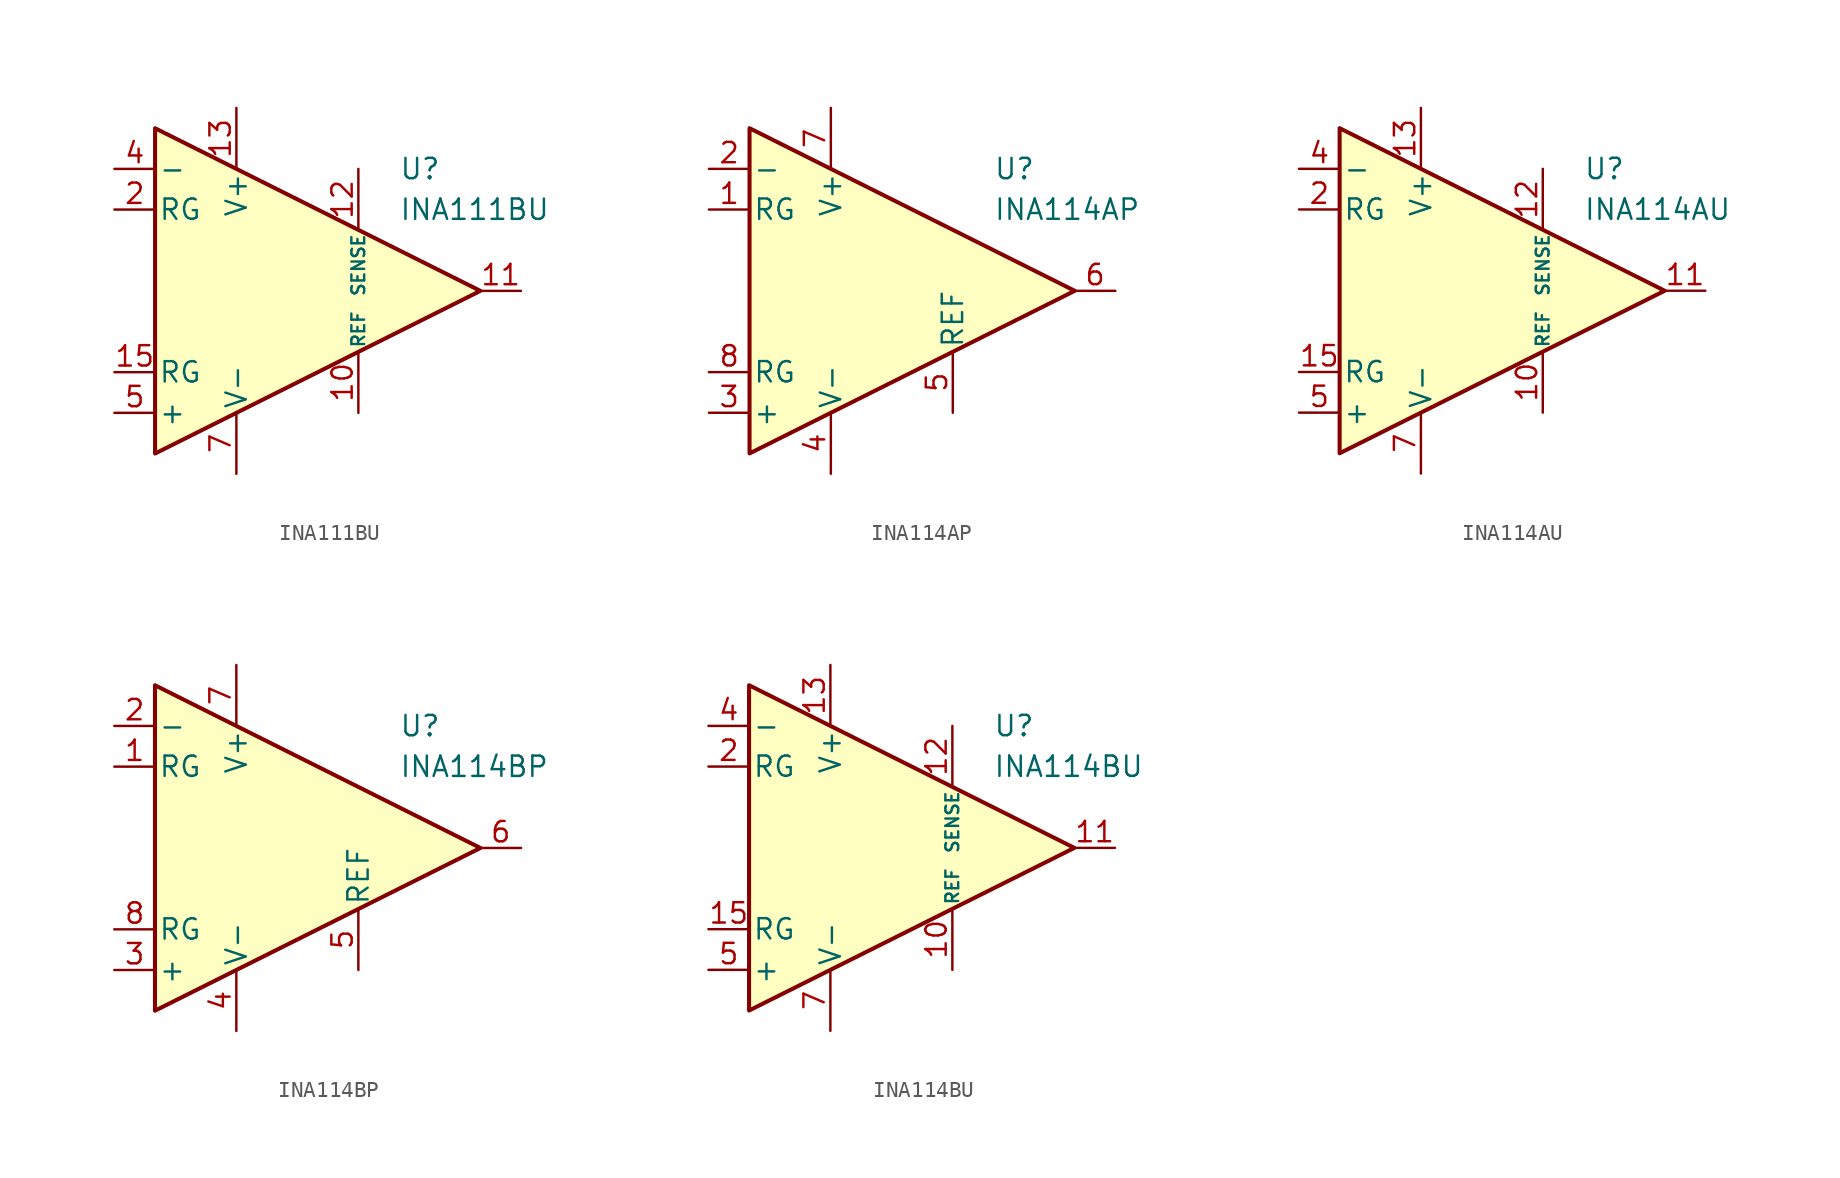
<source format=kicad_sym>
(kicad_symbol_lib
  (version 20231120)
  (generator "kicad_symbol_editor")
  (generator_version "8.0")
  (symbol "INA111BU"
    (pin_names
      (offset 0.2))
    (property "Reference" "U"
      (at 6.35 7.62 0)
      (effects (font (size 1.27 1.27)) (justify left)))
    (property "Value" "INA111BU"
      (at 6.35 5.08 0)
      (effects (font (size 1.27 1.27)) (justify left)))
    (symbol "INA111BU_0_1"
      (polyline (pts (xy -8.89 10.16) (xy -8.89 -10.16) (xy 11.43 0) (xy -8.89 10.16)) (stroke (width 0.254) (type default)) (fill (type background))))
    (symbol "INA111BU_1_1"
      (pin free line (at -6.35 3.81 0) (length 2.54) hide (name "NC" (effects (font (size 1.27 1.27)))) (number "1" (effects (font (size 1.27 1.27)))))
      (pin input line (at 3.81 -7.62 90) (length 3.81) (name "REF" (effects (font (size 0.8 0.8)))) (number "10" (effects (font (size 1.27 1.27)))))
      (pin output line (at 13.97 0 180) (length 2.54) (name "~" (effects (font (size 1.27 1.27)))) (number "11" (effects (font (size 1.27 1.27)))))
      (pin input line (at 3.81 7.62 270) (length 3.81) (name "SENSE" (effects (font (size 0.8 0.8)))) (number "12" (effects (font (size 1.27 1.27)))))
      (pin power_in line (at -3.81 11.43 270) (length 3.81) (name "V+" (effects (font (size 1.27 1.27)))) (number "13" (effects (font (size 1.27 1.27)))))
      (pin free line (at -2.54 0 0) (length 2.54) hide (name "NC" (effects (font (size 1.27 1.27)))) (number "14" (effects (font (size 1.27 1.27)))))
      (pin passive line (at -11.43 -5.08 0) (length 2.54) (name "RG" (effects (font (size 1.27 1.27)))) (number "15" (effects (font (size 1.27 1.27)))))
      (pin free line (at -2.54 -2.54 0) (length 2.54) hide (name "NC" (effects (font (size 1.27 1.27)))) (number "16" (effects (font (size 1.27 1.27)))))
      (pin passive line (at -11.43 5.08 0) (length 2.54) (name "RG" (effects (font (size 1.27 1.27)))) (number "2" (effects (font (size 1.27 1.27)))))
      (pin free line (at -6.35 1.27 0) (length 2.54) hide (name "NC" (effects (font (size 1.27 1.27)))) (number "3" (effects (font (size 1.27 1.27)))))
      (pin input line (at -11.43 7.62 0) (length 2.54) (name "-" (effects (font (size 1.27 1.27)))) (number "4" (effects (font (size 1.27 1.27)))))
      (pin input line (at -11.43 -7.62 0) (length 2.54) (name "+" (effects (font (size 1.27 1.27)))) (number "5" (effects (font (size 1.27 1.27)))))
      (pin free line (at -6.35 -1.27 0) (length 2.54) hide (name "NC" (effects (font (size 1.27 1.27)))) (number "6" (effects (font (size 1.27 1.27)))))
      (pin power_in line (at -3.81 -11.43 90) (length 3.81) (name "V-" (effects (font (size 1.27 1.27)))) (number "7" (effects (font (size 1.27 1.27)))))
      (pin free line (at -6.35 -3.81 0) (length 2.54) hide (name "NC" (effects (font (size 1.27 1.27)))) (number "8" (effects (font (size 1.27 1.27)))))
      (pin free line (at -2.54 2.54 0) (length 2.54) hide (name "NC" (effects (font (size 1.27 1.27)))) (number "9" (effects (font (size 1.27 1.27)))))))
  (symbol "INA114AP"
    (pin_names
      (offset 0.2))
    (property "Reference" "U"
      (at 6.35 7.62 0)
      (effects (font (size 1.27 1.27)) (justify left)))
    (property "Value" "INA114AP"
      (at 6.35 5.08 0)
      (effects (font (size 1.27 1.27)) (justify left)))
    (symbol "INA114AP_0_1"
      (polyline (pts (xy -8.89 10.16) (xy -8.89 -10.16) (xy 11.43 0) (xy -8.89 10.16)) (stroke (width 0.254) (type default)) (fill (type background))))
    (symbol "INA114AP_1_1"
      (pin passive line (at -11.43 5.08 0) (length 2.54) (name "RG" (effects (font (size 1.27 1.27)))) (number "1" (effects (font (size 1.27 1.27)))))
      (pin input line (at -11.43 7.62 0) (length 2.54) (name "-" (effects (font (size 1.27 1.27)))) (number "2" (effects (font (size 1.27 1.27)))))
      (pin input line (at -11.43 -7.62 0) (length 2.54) (name "+" (effects (font (size 1.27 1.27)))) (number "3" (effects (font (size 1.27 1.27)))))
      (pin power_in line (at -3.81 -11.43 90) (length 3.81) (name "V-" (effects (font (size 1.27 1.27)))) (number "4" (effects (font (size 1.27 1.27)))))
      (pin input line (at 3.81 -7.62 90) (length 3.81) (name "REF" (effects (font (size 1.27 1.27)))) (number "5" (effects (font (size 1.27 1.27)))))
      (pin output line (at 13.97 0 180) (length 2.54) (name "~" (effects (font (size 1.27 1.27)))) (number "6" (effects (font (size 1.27 1.27)))))
      (pin power_in line (at -3.81 11.43 270) (length 3.81) (name "V+" (effects (font (size 1.27 1.27)))) (number "7" (effects (font (size 1.27 1.27)))))
      (pin passive line (at -11.43 -5.08 0) (length 2.54) (name "RG" (effects (font (size 1.27 1.27)))) (number "8" (effects (font (size 1.27 1.27)))))))
  (symbol "INA114AU"
    (pin_names
      (offset 0.2))
    (property "Reference" "U"
      (at 6.35 7.62 0)
      (effects (font (size 1.27 1.27)) (justify left)))
    (property "Value" "INA114AU"
      (at 6.35 5.08 0)
      (effects (font (size 1.27 1.27)) (justify left)))
    (symbol "INA114AU_0_1"
      (polyline (pts (xy -8.89 10.16) (xy -8.89 -10.16) (xy 11.43 0) (xy -8.89 10.16)) (stroke (width 0.254) (type default)) (fill (type background))))
    (symbol "INA114AU_1_1"
      (pin free line (at -6.35 3.81 0) (length 2.54) hide (name "NC" (effects (font (size 1.27 1.27)))) (number "1" (effects (font (size 1.27 1.27)))))
      (pin input line (at 3.81 -7.62 90) (length 3.81) (name "REF" (effects (font (size 0.8 0.8)))) (number "10" (effects (font (size 1.27 1.27)))))
      (pin output line (at 13.97 0 180) (length 2.54) (name "~" (effects (font (size 1.27 1.27)))) (number "11" (effects (font (size 1.27 1.27)))))
      (pin input line (at 3.81 7.62 270) (length 3.81) (name "SENSE" (effects (font (size 0.8 0.8)))) (number "12" (effects (font (size 1.27 1.27)))))
      (pin power_in line (at -3.81 11.43 270) (length 3.81) (name "V+" (effects (font (size 1.27 1.27)))) (number "13" (effects (font (size 1.27 1.27)))))
      (pin free line (at -2.54 0 0) (length 2.54) hide (name "NC" (effects (font (size 1.27 1.27)))) (number "14" (effects (font (size 1.27 1.27)))))
      (pin passive line (at -11.43 -5.08 0) (length 2.54) (name "RG" (effects (font (size 1.27 1.27)))) (number "15" (effects (font (size 1.27 1.27)))))
      (pin free line (at -2.54 -2.54 0) (length 2.54) hide (name "NC" (effects (font (size 1.27 1.27)))) (number "16" (effects (font (size 1.27 1.27)))))
      (pin passive line (at -11.43 5.08 0) (length 2.54) (name "RG" (effects (font (size 1.27 1.27)))) (number "2" (effects (font (size 1.27 1.27)))))
      (pin free line (at -6.35 1.27 0) (length 2.54) hide (name "NC" (effects (font (size 1.27 1.27)))) (number "3" (effects (font (size 1.27 1.27)))))
      (pin input line (at -11.43 7.62 0) (length 2.54) (name "-" (effects (font (size 1.27 1.27)))) (number "4" (effects (font (size 1.27 1.27)))))
      (pin input line (at -11.43 -7.62 0) (length 2.54) (name "+" (effects (font (size 1.27 1.27)))) (number "5" (effects (font (size 1.27 1.27)))))
      (pin free line (at -6.35 -1.27 0) (length 2.54) hide (name "NC" (effects (font (size 1.27 1.27)))) (number "6" (effects (font (size 1.27 1.27)))))
      (pin power_in line (at -3.81 -11.43 90) (length 3.81) (name "V-" (effects (font (size 1.27 1.27)))) (number "7" (effects (font (size 1.27 1.27)))))
      (pin free line (at -6.35 -3.81 0) (length 2.54) hide (name "NC" (effects (font (size 1.27 1.27)))) (number "8" (effects (font (size 1.27 1.27)))))
      (pin free line (at -2.54 2.54 0) (length 2.54) hide (name "NC" (effects (font (size 1.27 1.27)))) (number "9" (effects (font (size 1.27 1.27)))))))
  (symbol "INA114BP"
    (pin_names
      (offset 0.2))
    (property "Reference" "U"
      (at 6.35 7.62 0)
      (effects (font (size 1.27 1.27)) (justify left)))
    (property "Value" "INA114BP"
      (at 6.35 5.08 0)
      (effects (font (size 1.27 1.27)) (justify left)))
    (symbol "INA114BP_0_1"
      (polyline (pts (xy -8.89 10.16) (xy -8.89 -10.16) (xy 11.43 0) (xy -8.89 10.16)) (stroke (width 0.254) (type default)) (fill (type background))))
    (symbol "INA114BP_1_1"
      (pin passive line (at -11.43 5.08 0) (length 2.54) (name "RG" (effects (font (size 1.27 1.27)))) (number "1" (effects (font (size 1.27 1.27)))))
      (pin input line (at -11.43 7.62 0) (length 2.54) (name "-" (effects (font (size 1.27 1.27)))) (number "2" (effects (font (size 1.27 1.27)))))
      (pin input line (at -11.43 -7.62 0) (length 2.54) (name "+" (effects (font (size 1.27 1.27)))) (number "3" (effects (font (size 1.27 1.27)))))
      (pin power_in line (at -3.81 -11.43 90) (length 3.81) (name "V-" (effects (font (size 1.27 1.27)))) (number "4" (effects (font (size 1.27 1.27)))))
      (pin input line (at 3.81 -7.62 90) (length 3.81) (name "REF" (effects (font (size 1.27 1.27)))) (number "5" (effects (font (size 1.27 1.27)))))
      (pin output line (at 13.97 0 180) (length 2.54) (name "~" (effects (font (size 1.27 1.27)))) (number "6" (effects (font (size 1.27 1.27)))))
      (pin power_in line (at -3.81 11.43 270) (length 3.81) (name "V+" (effects (font (size 1.27 1.27)))) (number "7" (effects (font (size 1.27 1.27)))))
      (pin passive line (at -11.43 -5.08 0) (length 2.54) (name "RG" (effects (font (size 1.27 1.27)))) (number "8" (effects (font (size 1.27 1.27)))))))
  (symbol "INA114BU"
    (pin_names
      (offset 0.2))
    (property "Reference" "U"
      (at 6.35 7.62 0)
      (effects (font (size 1.27 1.27)) (justify left)))
    (property "Value" "INA114BU"
      (at 6.35 5.08 0)
      (effects (font (size 1.27 1.27)) (justify left)))
    (symbol "INA114BU_0_1"
      (polyline (pts (xy -8.89 10.16) (xy -8.89 -10.16) (xy 11.43 0) (xy -8.89 10.16)) (stroke (width 0.254) (type default)) (fill (type background))))
    (symbol "INA114BU_1_1"
      (pin free line (at -6.35 3.81 0) (length 2.54) hide (name "NC" (effects (font (size 1.27 1.27)))) (number "1" (effects (font (size 1.27 1.27)))))
      (pin input line (at 3.81 -7.62 90) (length 3.81) (name "REF" (effects (font (size 0.8 0.8)))) (number "10" (effects (font (size 1.27 1.27)))))
      (pin output line (at 13.97 0 180) (length 2.54) (name "~" (effects (font (size 1.27 1.27)))) (number "11" (effects (font (size 1.27 1.27)))))
      (pin input line (at 3.81 7.62 270) (length 3.81) (name "SENSE" (effects (font (size 0.8 0.8)))) (number "12" (effects (font (size 1.27 1.27)))))
      (pin power_in line (at -3.81 11.43 270) (length 3.81) (name "V+" (effects (font (size 1.27 1.27)))) (number "13" (effects (font (size 1.27 1.27)))))
      (pin free line (at -2.54 0 0) (length 2.54) hide (name "NC" (effects (font (size 1.27 1.27)))) (number "14" (effects (font (size 1.27 1.27)))))
      (pin passive line (at -11.43 -5.08 0) (length 2.54) (name "RG" (effects (font (size 1.27 1.27)))) (number "15" (effects (font (size 1.27 1.27)))))
      (pin free line (at -2.54 -2.54 0) (length 2.54) hide (name "NC" (effects (font (size 1.27 1.27)))) (number "16" (effects (font (size 1.27 1.27)))))
      (pin passive line (at -11.43 5.08 0) (length 2.54) (name "RG" (effects (font (size 1.27 1.27)))) (number "2" (effects (font (size 1.27 1.27)))))
      (pin free line (at -6.35 1.27 0) (length 2.54) hide (name "NC" (effects (font (size 1.27 1.27)))) (number "3" (effects (font (size 1.27 1.27)))))
      (pin input line (at -11.43 7.62 0) (length 2.54) (name "-" (effects (font (size 1.27 1.27)))) (number "4" (effects (font (size 1.27 1.27)))))
      (pin input line (at -11.43 -7.62 0) (length 2.54) (name "+" (effects (font (size 1.27 1.27)))) (number "5" (effects (font (size 1.27 1.27)))))
      (pin free line (at -6.35 -1.27 0) (length 2.54) hide (name "NC" (effects (font (size 1.27 1.27)))) (number "6" (effects (font (size 1.27 1.27)))))
      (pin power_in line (at -3.81 -11.43 90) (length 3.81) (name "V-" (effects (font (size 1.27 1.27)))) (number "7" (effects (font (size 1.27 1.27)))))
      (pin free line (at -6.35 -3.81 0) (length 2.54) hide (name "NC" (effects (font (size 1.27 1.27)))) (number "8" (effects (font (size 1.27 1.27)))))
      (pin free line (at -2.54 2.54 0) (length 2.54) hide (name "NC" (effects (font (size 1.27 1.27)))) (number "9" (effects (font (size 1.27 1.27))))))))
</source>
